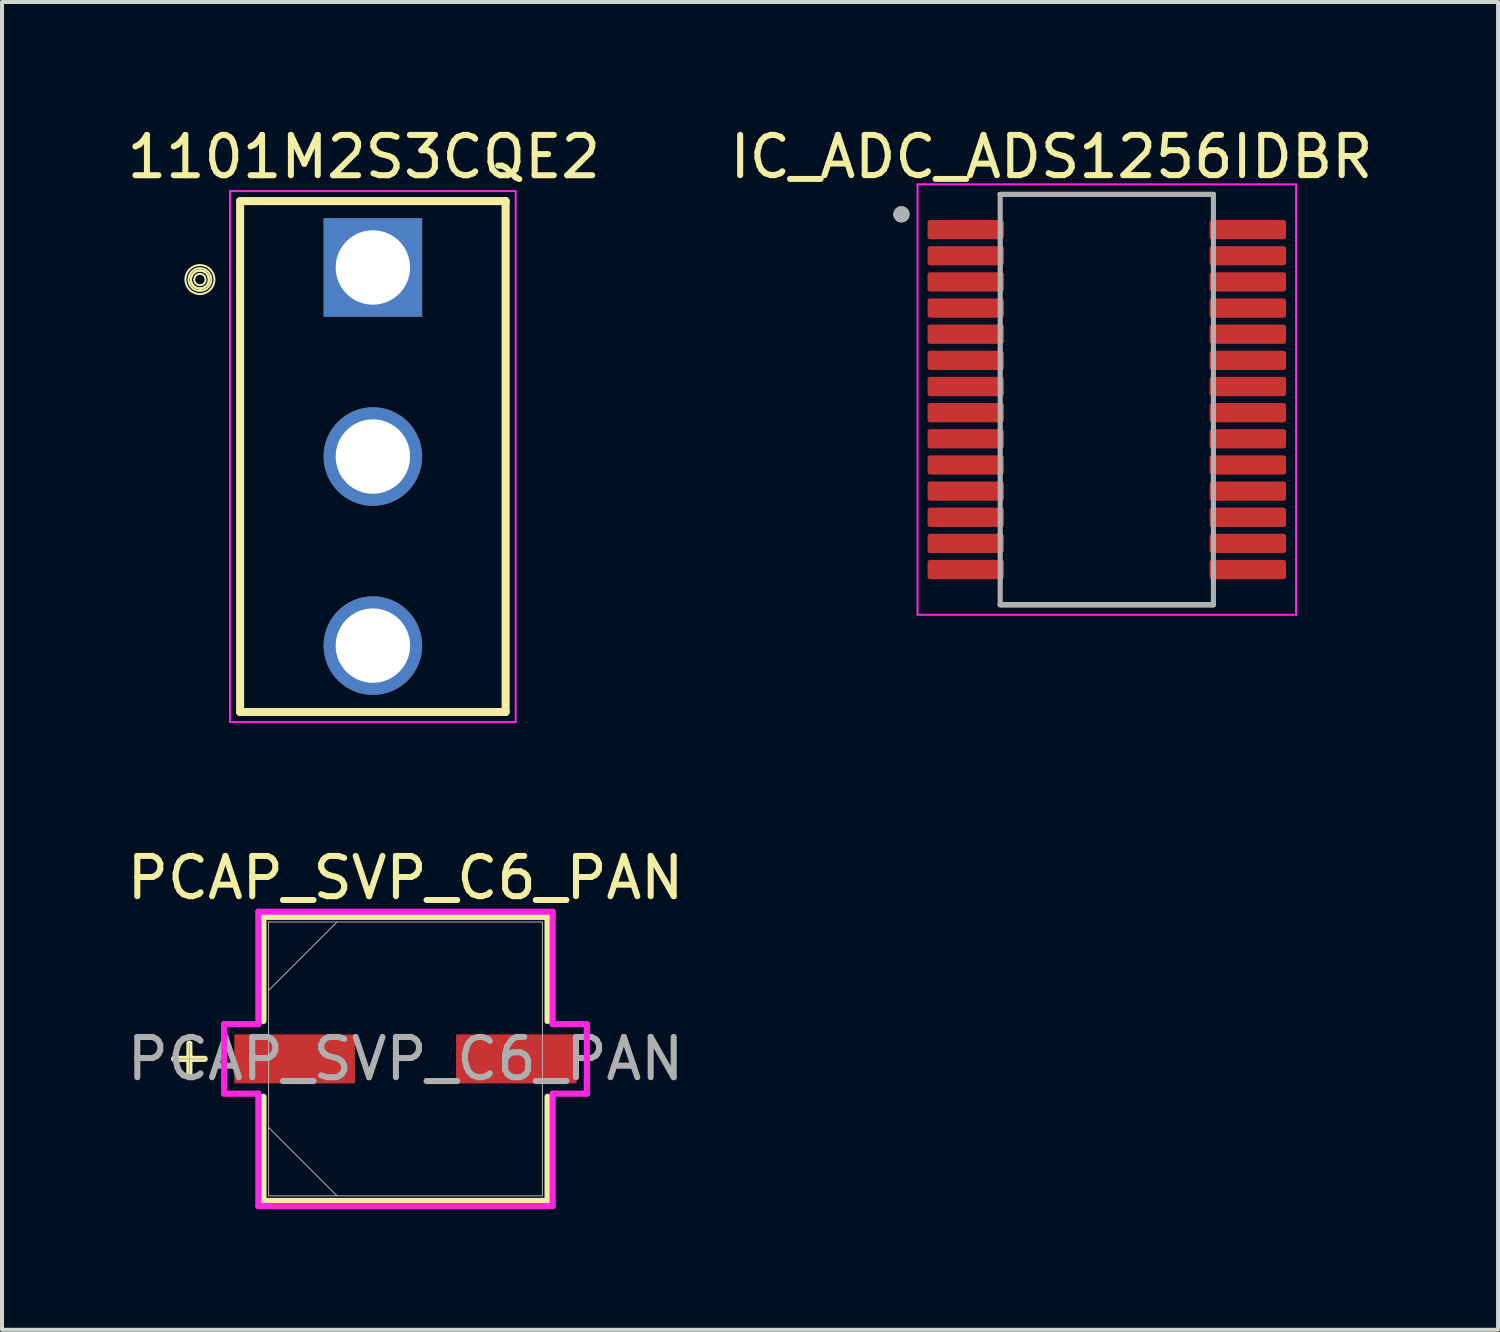
<source format=kicad_pcb>
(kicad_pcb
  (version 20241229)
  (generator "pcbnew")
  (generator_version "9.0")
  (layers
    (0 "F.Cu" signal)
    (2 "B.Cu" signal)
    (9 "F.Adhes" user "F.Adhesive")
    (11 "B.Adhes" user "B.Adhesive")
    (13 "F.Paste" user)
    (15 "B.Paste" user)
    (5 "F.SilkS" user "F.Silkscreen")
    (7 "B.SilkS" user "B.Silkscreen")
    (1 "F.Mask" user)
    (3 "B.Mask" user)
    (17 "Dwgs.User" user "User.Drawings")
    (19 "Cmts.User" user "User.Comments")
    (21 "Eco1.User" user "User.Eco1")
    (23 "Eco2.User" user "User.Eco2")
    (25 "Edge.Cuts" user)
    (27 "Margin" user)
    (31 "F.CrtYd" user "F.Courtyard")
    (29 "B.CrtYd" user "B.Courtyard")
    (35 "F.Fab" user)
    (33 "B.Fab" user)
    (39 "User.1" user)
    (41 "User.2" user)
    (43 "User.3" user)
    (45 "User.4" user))
  (footprint "IC_ADC_ADS1256IDBR"
    (layer "F.Cu")
    (at 24.463 6.883)
    (property "Reference" "IC_ADC_ADS1256IDBR" (at -1.375 -6.035 0) (layer "F.SilkS") (effects (font (size 1 1) (thickness 0.15))))
    (attr smd)
    (fp_line (start -2.65 -5.1) (end 2.65 -5.1) (stroke (width 0.127) (type solid)) (layer "F.SilkS"))
    (fp_line (start -2.65 5.1) (end 2.65 5.1) (stroke (width 0.127) (type solid)) (layer "F.SilkS"))
    (fp_circle (center -5.105 -4.605) (end -5.005 -4.605) (stroke (width 0.2) (type solid)) (fill no) (layer "F.SilkS"))
    (fp_line (start -4.705 -5.35) (end -4.705 5.35) (stroke (width 0.05) (type solid)) (layer "F.CrtYd"))
    (fp_line (start -4.705 -5.35) (end 4.705 -5.35) (stroke (width 0.05) (type solid)) (layer "F.CrtYd"))
    (fp_line (start -4.705 5.35) (end 4.705 5.35) (stroke (width 0.05) (type solid)) (layer "F.CrtYd"))
    (fp_line (start 4.705 -5.35) (end 4.705 5.35) (stroke (width 0.05) (type solid)) (layer "F.CrtYd"))
    (fp_line (start -2.65 -5.1) (end -2.65 5.1) (stroke (width 0.127) (type solid)) (layer "F.Fab"))
    (fp_line (start -2.65 -5.1) (end 2.65 -5.1) (stroke (width 0.127) (type solid)) (layer "F.Fab"))
    (fp_line (start -2.65 5.1) (end 2.65 5.1) (stroke (width 0.127) (type solid)) (layer "F.Fab"))
    (fp_line (start 2.65 -5.1) (end 2.65 5.1) (stroke (width 0.127) (type solid)) (layer "F.Fab"))
    (fp_circle (center -5.105 -4.605) (end -5.005 -4.605) (stroke (width 0.2) (type solid)) (fill no) (layer "F.Fab"))
    (pad "1" smd roundrect (at -3.505 -4.225) (size 1.9 0.48) (layers "F.Cu" "F.Mask" "F.Paste") (roundrect_rratio 0.125))
    (pad "2" smd roundrect (at -3.505 -3.575) (size 1.9 0.48) (layers "F.Cu" "F.Mask" "F.Paste") (roundrect_rratio 0.125))
    (pad "3" smd roundrect (at -3.505 -2.925) (size 1.9 0.48) (layers "F.Cu" "F.Mask" "F.Paste") (roundrect_rratio 0.125))
    (pad "4" smd roundrect (at -3.505 -2.275) (size 1.9 0.48) (layers "F.Cu" "F.Mask" "F.Paste") (roundrect_rratio 0.125))
    (pad "5" smd roundrect (at -3.505 -1.625) (size 1.9 0.48) (layers "F.Cu" "F.Mask" "F.Paste") (roundrect_rratio 0.125))
    (pad "6" smd roundrect (at -3.505 -0.975) (size 1.9 0.48) (layers "F.Cu" "F.Mask" "F.Paste") (roundrect_rratio 0.125))
    (pad "7" smd roundrect (at -3.505 -0.325) (size 1.9 0.48) (layers "F.Cu" "F.Mask" "F.Paste") (roundrect_rratio 0.125))
    (pad "8" smd roundrect (at -3.505 0.325) (size 1.9 0.48) (layers "F.Cu" "F.Mask" "F.Paste") (roundrect_rratio 0.125))
    (pad "9" smd roundrect (at -3.505 0.975) (size 1.9 0.48) (layers "F.Cu" "F.Mask" "F.Paste") (roundrect_rratio 0.125))
    (pad "10" smd roundrect (at -3.505 1.625) (size 1.9 0.48) (layers "F.Cu" "F.Mask" "F.Paste") (roundrect_rratio 0.125))
    (pad "11" smd roundrect (at -3.505 2.275) (size 1.9 0.48) (layers "F.Cu" "F.Mask" "F.Paste") (roundrect_rratio 0.125))
    (pad "12" smd roundrect (at -3.505 2.925) (size 1.9 0.48) (layers "F.Cu" "F.Mask" "F.Paste") (roundrect_rratio 0.125))
    (pad "13" smd roundrect (at -3.505 3.575) (size 1.9 0.48) (layers "F.Cu" "F.Mask" "F.Paste") (roundrect_rratio 0.125))
    (pad "14" smd roundrect (at -3.505 4.225) (size 1.9 0.48) (layers "F.Cu" "F.Mask" "F.Paste") (roundrect_rratio 0.125))
    (pad "15" smd roundrect (at 3.505 4.225) (size 1.9 0.48) (layers "F.Cu" "F.Mask" "F.Paste") (roundrect_rratio 0.125))
    (pad "16" smd roundrect (at 3.505 3.575) (size 1.9 0.48) (layers "F.Cu" "F.Mask" "F.Paste") (roundrect_rratio 0.125))
    (pad "17" smd roundrect (at 3.505 2.925) (size 1.9 0.48) (layers "F.Cu" "F.Mask" "F.Paste") (roundrect_rratio 0.125))
    (pad "18" smd roundrect (at 3.505 2.275) (size 1.9 0.48) (layers "F.Cu" "F.Mask" "F.Paste") (roundrect_rratio 0.125))
    (pad "19" smd roundrect (at 3.505 1.625) (size 1.9 0.48) (layers "F.Cu" "F.Mask" "F.Paste") (roundrect_rratio 0.125))
    (pad "20" smd roundrect (at 3.505 0.975) (size 1.9 0.48) (layers "F.Cu" "F.Mask" "F.Paste") (roundrect_rratio 0.125))
    (pad "21" smd roundrect (at 3.505 0.325) (size 1.9 0.48) (layers "F.Cu" "F.Mask" "F.Paste") (roundrect_rratio 0.125))
    (pad "22" smd roundrect (at 3.505 -0.325) (size 1.9 0.48) (layers "F.Cu" "F.Mask" "F.Paste") (roundrect_rratio 0.125))
    (pad "23" smd roundrect (at 3.505 -0.975) (size 1.9 0.48) (layers "F.Cu" "F.Mask" "F.Paste") (roundrect_rratio 0.125))
    (pad "24" smd roundrect (at 3.505 -1.625) (size 1.9 0.48) (layers "F.Cu" "F.Mask" "F.Paste") (roundrect_rratio 0.125))
    (pad "25" smd roundrect (at 3.505 -2.275) (size 1.9 0.48) (layers "F.Cu" "F.Mask" "F.Paste") (roundrect_rratio 0.125))
    (pad "26" smd roundrect (at 3.505 -2.925) (size 1.9 0.48) (layers "F.Cu" "F.Mask" "F.Paste") (roundrect_rratio 0.125))
    (pad "27" smd roundrect (at 3.505 -3.575) (size 1.9 0.48) (layers "F.Cu" "F.Mask" "F.Paste") (roundrect_rratio 0.125))
    (pad "28" smd roundrect (at 3.505 -4.225) (size 1.9 0.48) (layers "F.Cu" "F.Mask" "F.Paste") (roundrect_rratio 0.125)))
  (footprint "PCAP_SVP_C6_PAN"
    (layer "F.Cu")
    (at 7.03 23.272)
    (property "Reference" "PCAP_SVP_C6_PAN" (at 0 -4.5 0) (unlocked yes) (layer "F.SilkS") (effects (font (size 1 1) (thickness 0.15))))
    (attr smd)
    (fp_line (start -5.372 -0.381) (end -5.372 0.381) (stroke (width 0.152) (type solid)) (layer "F.SilkS"))
    (fp_line (start -4.991 0) (end -5.753 0) (stroke (width 0.152) (type solid)) (layer "F.SilkS"))
    (fp_line (start -3.531 -3.531) (end -3.531 -0.942) (stroke (width 0.152) (type solid)) (layer "F.SilkS"))
    (fp_line (start -3.531 0.942) (end -3.531 3.531) (stroke (width 0.152) (type solid)) (layer "F.SilkS"))
    (fp_line (start -3.531 3.531) (end 3.531 3.531) (stroke (width 0.152) (type solid)) (layer "F.SilkS"))
    (fp_line (start 3.531 -3.531) (end -3.531 -3.531) (stroke (width 0.152) (type solid)) (layer "F.SilkS"))
    (fp_line (start 3.531 -0.942) (end 3.531 -3.531) (stroke (width 0.152) (type solid)) (layer "F.SilkS"))
    (fp_line (start 3.531 3.531) (end 3.531 0.942) (stroke (width 0.152) (type solid)) (layer "F.SilkS"))
    (fp_line (start -4.508 -0.864) (end -3.658 -0.864) (stroke (width 0.152) (type solid)) (layer "F.CrtYd"))
    (fp_line (start -4.508 0.864) (end -4.508 -0.864) (stroke (width 0.152) (type solid)) (layer "F.CrtYd"))
    (fp_line (start -3.658 -3.658) (end 3.658 -3.658) (stroke (width 0.152) (type solid)) (layer "F.CrtYd"))
    (fp_line (start -3.658 -0.864) (end -3.658 -3.658) (stroke (width 0.152) (type solid)) (layer "F.CrtYd"))
    (fp_line (start -3.658 0.864) (end -4.508 0.864) (stroke (width 0.152) (type solid)) (layer "F.CrtYd"))
    (fp_line (start -3.658 3.658) (end -3.658 0.864) (stroke (width 0.152) (type solid)) (layer "F.CrtYd"))
    (fp_line (start 3.658 -3.658) (end 3.658 -0.864) (stroke (width 0.152) (type solid)) (layer "F.CrtYd"))
    (fp_line (start 3.658 -0.864) (end 4.508 -0.864) (stroke (width 0.152) (type solid)) (layer "F.CrtYd"))
    (fp_line (start 3.658 0.864) (end 3.658 3.658) (stroke (width 0.152) (type solid)) (layer "F.CrtYd"))
    (fp_line (start 3.658 3.658) (end -3.658 3.658) (stroke (width 0.152) (type solid)) (layer "F.CrtYd"))
    (fp_line (start 4.508 -0.864) (end 4.508 0.864) (stroke (width 0.152) (type solid)) (layer "F.CrtYd"))
    (fp_line (start 4.508 0.864) (end 3.658 0.864) (stroke (width 0.152) (type solid)) (layer "F.CrtYd"))
    (fp_line (start -5.372 -0.381) (end -5.372 0.381) (stroke (width 0.025) (type solid)) (layer "F.Fab"))
    (fp_line (start -4.991 0) (end -5.753 0) (stroke (width 0.025) (type solid)) (layer "F.Fab"))
    (fp_line (start -3.404 -3.404) (end -3.404 3.404) (stroke (width 0.025) (type solid)) (layer "F.Fab"))
    (fp_line (start -3.404 -1.702) (end -1.702 -3.404) (stroke (width 0.025) (type solid)) (layer "F.Fab"))
    (fp_line (start -3.404 1.702) (end -1.702 3.404) (stroke (width 0.025) (type solid)) (layer "F.Fab"))
    (fp_line (start -3.404 3.404) (end 3.404 3.404) (stroke (width 0.025) (type solid)) (layer "F.Fab"))
    (fp_line (start 3.404 -3.404) (end -3.404 -3.404) (stroke (width 0.025) (type solid)) (layer "F.Fab"))
    (fp_line (start 3.404 3.404) (end 3.404 -3.404) (stroke (width 0.025) (type solid)) (layer "F.Fab"))
    (fp_text user "${REFERENCE}" (at 0 0 0) (unlocked yes) (layer "F.Fab") (effects (font (size 1 1) (thickness 0.15))))
    (pad "1" smd rect (at -2.756 0) (size 2.997 1.219) (layers "F.Cu" "F.Mask" "F.Paste"))
    (pad "2" smd rect (at 2.756 0) (size 2.997 1.219) (layers "F.Cu" "F.Mask" "F.Paste"))
    (zone (net_name "") (layer "F.Cu") (hatch full 0.508) (connect_pads) (min_thickness 0.254) (filled_areas_thickness no) (keepout (tracks not_allowed) (vias not_allowed) (pads allowed) (copperpour not_allowed) (footprints allowed)) (placement (enabled no)) (fill) (polygon (pts (xy 3.677 19.919) (xy 10.383 19.919) (xy 10.383 22.612) (xy 3.677 22.612))))
    (zone (net_name "") (layer "F.Cu") (hatch full 0.508) (connect_pads) (min_thickness 0.254) (filled_areas_thickness no) (keepout (tracks not_allowed) (vias not_allowed) (pads allowed) (copperpour not_allowed) (footprints allowed)) (placement (enabled no)) (fill) (polygon (pts (xy 3.677 23.932) (xy 10.383 23.932) (xy 10.383 26.625) (xy 3.677 26.625))))
    (zone (net_name "") (layer "F.Cu") (hatch full 0.508) (connect_pads) (min_thickness 0.254) (filled_areas_thickness no) (keepout (tracks not_allowed) (vias not_allowed) (pads allowed) (copperpour not_allowed) (footprints allowed)) (placement (enabled no)) (fill) (polygon (pts (xy 5.823 22.612) (xy 8.236 22.612) (xy 8.236 23.932) (xy 5.823 23.932)))))
  (footprint "1101M2S3CQE2"
    (layer "F.Cu")
    (at 6.219 8.299)
    (property "Reference" "1101M2S3CQE2" (at -0.225 -7.449 0) (layer "F.SilkS") (effects (font (size 1.002 1.002) (thickness 0.15))))
    (attr through_hole)
    (fp_line (start -3.3 -6.35) (end 3.3 -6.35) (stroke (width 0.2) (type solid)) (layer "F.SilkS"))
    (fp_line (start -3.3 6.35) (end -3.3 -6.35) (stroke (width 0.2) (type solid)) (layer "F.SilkS"))
    (fp_line (start 3.3 -6.35) (end 3.3 6.35) (stroke (width 0.2) (type solid)) (layer "F.SilkS"))
    (fp_line (start 3.3 6.35) (end -3.3 6.35) (stroke (width 0.2) (type solid)) (layer "F.SilkS"))
    (fp_circle (center -4.3 -4.4) (end -4.159 -4.4) (stroke (width 0.05) (type solid)) (fill no) (layer "F.SilkS"))
    (fp_circle (center -4.3 -4.4) (end -4.076 -4.4) (stroke (width 0.05) (type solid)) (fill no) (layer "F.SilkS"))
    (fp_circle (center -4.3 -4.4) (end -4.076 -4.4) (stroke (width 0.05) (type solid)) (fill no) (layer "F.SilkS"))
    (fp_circle (center -4.3 -4.4) (end -4.076 -4.4) (stroke (width 0.05) (type solid)) (fill no) (layer "F.SilkS"))
    (fp_circle (center -4.3 -4.4) (end -4.017 -4.4) (stroke (width 0.05) (type solid)) (fill no) (layer "F.SilkS"))
    (fp_circle (center -4.3 -4.4) (end -3.939 -4.4) (stroke (width 0.05) (type solid)) (fill no) (layer "F.SilkS"))
    (fp_line (start -3.55 -6.6) (end 3.55 -6.6) (stroke (width 0.05) (type solid)) (layer "F.CrtYd"))
    (fp_line (start -3.55 6.6) (end -3.55 -6.6) (stroke (width 0.05) (type solid)) (layer "F.CrtYd"))
    (fp_line (start 3.55 -6.6) (end 3.55 6.6) (stroke (width 0.05) (type solid)) (layer "F.CrtYd"))
    (fp_line (start 3.55 6.6) (end -3.55 6.6) (stroke (width 0.05) (type solid)) (layer "F.CrtYd"))
    (pad "1" thru_hole rect (at 0 -4.7) (size 2.45 2.45) (drill 1.85) (layers "*.Cu" "*.Mask"))
    (pad "2" thru_hole circle (at 0 0) (size 2.45 2.45) (drill 1.85) (layers "*.Cu" "*.Mask"))
    (pad "3" thru_hole circle (at 0 4.7) (size 2.45 2.45) (drill 1.85) (layers "*.Cu" "*.Mask")))
  (gr_rect
    (start -3 -3)
    (end 34.189 30.006)
    (stroke (width 0.1) (type default))
    (fill no)
    (layer "Edge.Cuts")))
</source>
